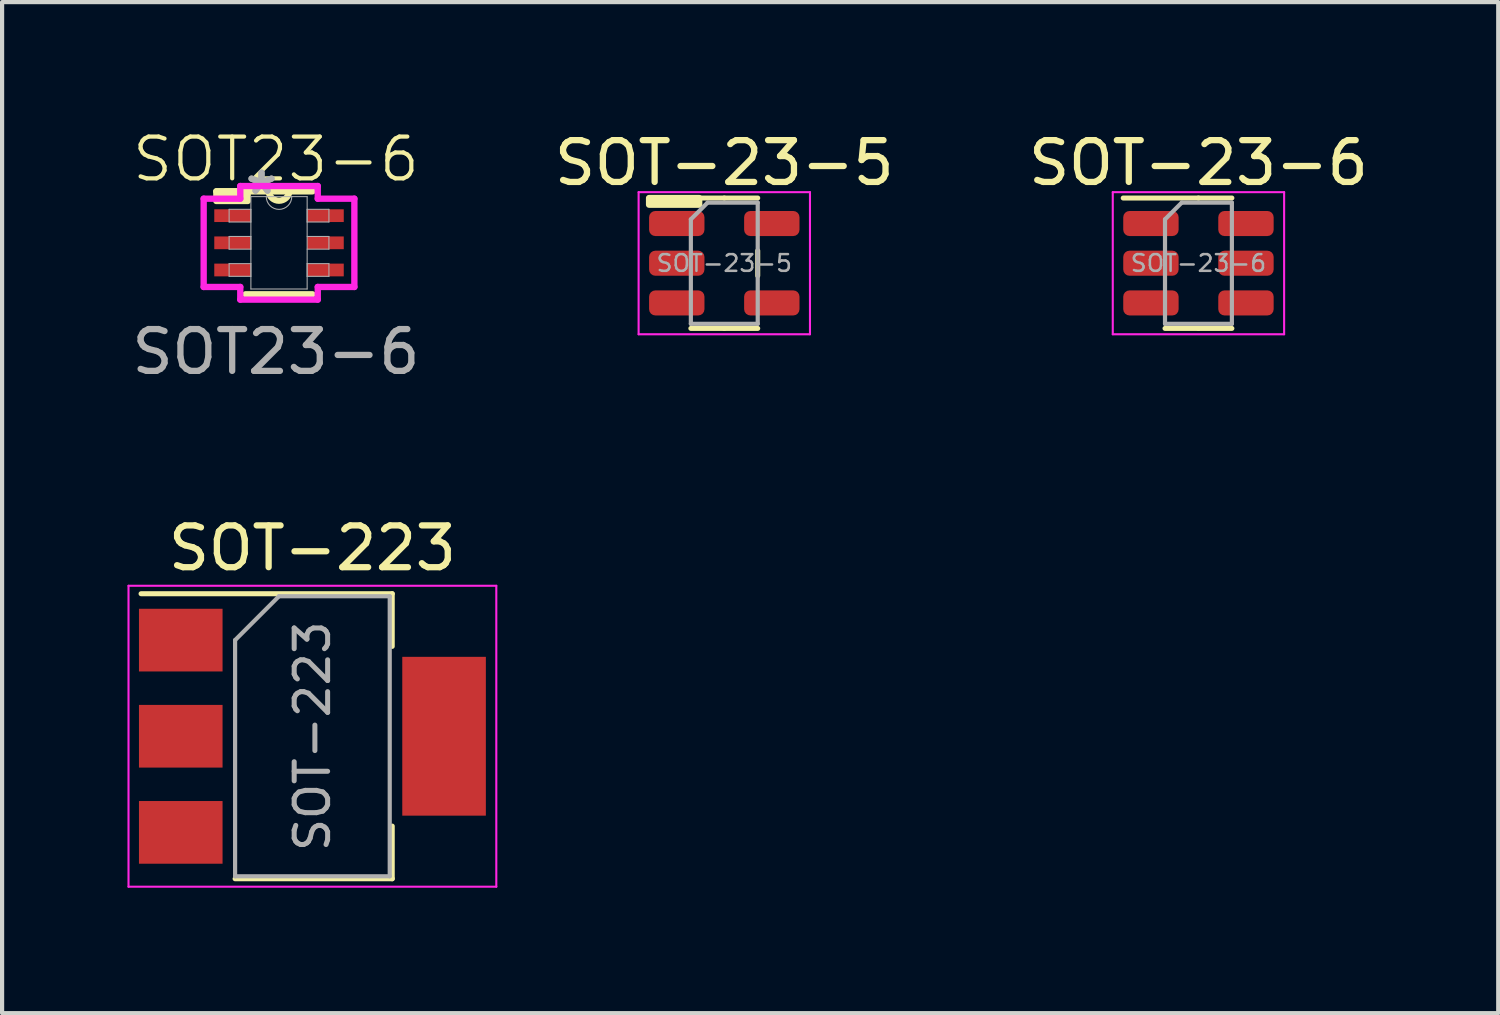
<source format=kicad_pcb>
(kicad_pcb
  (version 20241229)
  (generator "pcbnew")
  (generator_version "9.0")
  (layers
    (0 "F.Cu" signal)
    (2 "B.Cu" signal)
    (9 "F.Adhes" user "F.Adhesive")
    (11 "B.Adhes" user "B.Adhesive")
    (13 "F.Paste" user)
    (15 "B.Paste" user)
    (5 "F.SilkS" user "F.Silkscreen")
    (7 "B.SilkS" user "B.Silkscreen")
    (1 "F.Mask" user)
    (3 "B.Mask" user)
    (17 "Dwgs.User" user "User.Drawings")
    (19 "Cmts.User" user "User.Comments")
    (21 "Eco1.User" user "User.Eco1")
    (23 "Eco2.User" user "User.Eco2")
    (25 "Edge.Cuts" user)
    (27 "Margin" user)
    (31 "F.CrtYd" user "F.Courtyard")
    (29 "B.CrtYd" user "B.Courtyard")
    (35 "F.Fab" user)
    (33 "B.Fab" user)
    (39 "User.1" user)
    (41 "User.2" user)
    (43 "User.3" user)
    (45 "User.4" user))
  (footprint "SOT-223"
    (layer "F.Cu")
    (at 4.425 14.566)
    (property "Reference" "SOT-223" (at 0 -4.5 180) (layer "F.SilkS") (effects (font (size 1 1) (thickness 0.15))))
    (attr smd)
    (fp_line (start -4.1 -3.41) (end 1.91 -3.41) (stroke (width 0.12) (type solid)) (layer "F.SilkS"))
    (fp_line (start -1.85 3.41) (end 1.91 3.41) (stroke (width 0.12) (type solid)) (layer "F.SilkS"))
    (fp_line (start 1.91 -3.41) (end 1.91 -2.15) (stroke (width 0.12) (type solid)) (layer "F.SilkS"))
    (fp_line (start 1.91 3.41) (end 1.91 2.15) (stroke (width 0.12) (type solid)) (layer "F.SilkS"))
    (fp_line (start -4.4 -3.6) (end -4.4 3.6) (stroke (width 0.05) (type solid)) (layer "F.CrtYd"))
    (fp_line (start -4.4 3.6) (end 4.4 3.6) (stroke (width 0.05) (type solid)) (layer "F.CrtYd"))
    (fp_line (start 4.4 -3.6) (end -4.4 -3.6) (stroke (width 0.05) (type solid)) (layer "F.CrtYd"))
    (fp_line (start 4.4 3.6) (end 4.4 -3.6) (stroke (width 0.05) (type solid)) (layer "F.CrtYd"))
    (fp_line (start -1.85 -2.3) (end -1.85 3.35) (stroke (width 0.1) (type solid)) (layer "F.Fab"))
    (fp_line (start -1.85 -2.3) (end -0.8 -3.35) (stroke (width 0.1) (type solid)) (layer "F.Fab"))
    (fp_line (start -1.85 3.35) (end 1.85 3.35) (stroke (width 0.1) (type solid)) (layer "F.Fab"))
    (fp_line (start -0.8 -3.35) (end 1.85 -3.35) (stroke (width 0.1) (type solid)) (layer "F.Fab"))
    (fp_line (start 1.85 -3.35) (end 1.85 3.35) (stroke (width 0.1) (type solid)) (layer "F.Fab"))
    (fp_text user "${REFERENCE}" (at 0 0 90) (layer "F.Fab") (effects (font (size 0.8 0.8) (thickness 0.12))))
    (pad "1" smd rect (at -3.15 -2.3) (size 2 1.5) (layers "F.Cu" "F.Mask" "F.Paste"))
    (pad "2" smd rect (at -3.15 0) (size 2 1.5) (layers "F.Cu" "F.Mask" "F.Paste"))
    (pad "3" smd rect (at -3.15 2.3) (size 2 1.5) (layers "F.Cu" "F.Mask" "F.Paste"))
    (pad "4" smd rect (at 3.15 0) (size 2 3.8) (layers "F.Cu" "F.Mask" "F.Paste")))
  (footprint "SOT-23-5"
    (layer "F.Cu")
    (at 14.28 3.248)
    (property "Reference" "SOT-23-5" (at 0 -2.4 0) (layer "F.SilkS") (effects (font (size 1 1) (thickness 0.15))))
    (attr smd)
    (fp_line (start 0 -1.56) (end -1.8 -1.56) (stroke (width 0.12) (type solid)) (layer "F.SilkS"))
    (fp_line (start 0 -1.56) (end 0.8 -1.56) (stroke (width 0.12) (type solid)) (layer "F.SilkS"))
    (fp_line (start 0 1.56) (end -0.8 1.56) (stroke (width 0.12) (type solid)) (layer "F.SilkS"))
    (fp_line (start 0 1.56) (end 0.8 1.56) (stroke (width 0.12) (type solid)) (layer "F.SilkS"))
    (fp_line (start 0.8 -0.3) (end 0.8 0.3) (stroke (width 0.12) (type solid)) (layer "F.SilkS"))
    (fp_rect (start -1.8 -1.56) (end -0.6 -1.4) (stroke (width 0.15) (type solid)) (fill yes) (layer "F.SilkS"))
    (fp_line (start -2.05 -1.7) (end -2.05 1.7) (stroke (width 0.05) (type solid)) (layer "F.CrtYd"))
    (fp_line (start -2.05 1.7) (end 2.05 1.7) (stroke (width 0.05) (type solid)) (layer "F.CrtYd"))
    (fp_line (start 2.05 -1.7) (end -2.05 -1.7) (stroke (width 0.05) (type solid)) (layer "F.CrtYd"))
    (fp_line (start 2.05 1.7) (end 2.05 -1.7) (stroke (width 0.05) (type solid)) (layer "F.CrtYd"))
    (fp_line (start -0.8 -1.05) (end -0.4 -1.45) (stroke (width 0.1) (type solid)) (layer "F.Fab"))
    (fp_line (start -0.8 1.45) (end -0.8 -1.05) (stroke (width 0.1) (type solid)) (layer "F.Fab"))
    (fp_line (start -0.4 -1.45) (end 0.8 -1.45) (stroke (width 0.1) (type solid)) (layer "F.Fab"))
    (fp_line (start 0.8 -1.45) (end 0.8 1.45) (stroke (width 0.1) (type solid)) (layer "F.Fab"))
    (fp_line (start 0.8 1.45) (end -0.8 1.45) (stroke (width 0.1) (type solid)) (layer "F.Fab"))
    (fp_text user "${REFERENCE}" (at 0 0 0) (layer "F.Fab") (effects (font (size 0.4 0.4) (thickness 0.06))))
    (pad "1" smd roundrect (at -1.137 -0.95) (size 1.325 0.6) (layers "F.Cu" "F.Mask" "F.Paste") (roundrect_rratio 0.25))
    (pad "2" smd roundrect (at -1.137 0) (size 1.325 0.6) (layers "F.Cu" "F.Mask" "F.Paste") (roundrect_rratio 0.25))
    (pad "3" smd roundrect (at -1.137 0.95) (size 1.325 0.6) (layers "F.Cu" "F.Mask" "F.Paste") (roundrect_rratio 0.25))
    (pad "4" smd roundrect (at 1.137 0.95) (size 1.325 0.6) (layers "F.Cu" "F.Mask" "F.Paste") (roundrect_rratio 0.25))
    (pad "5" smd roundrect (at 1.137 -0.95) (size 1.325 0.6) (layers "F.Cu" "F.Mask" "F.Paste") (roundrect_rratio 0.25)))
  (footprint "SOT-23-6"
    (layer "F.Cu")
    (at 25.625 3.248)
    (property "Reference" "SOT-23-6" (at 0 -2.4 0) (layer "F.SilkS") (effects (font (size 1 1) (thickness 0.15))))
    (attr smd)
    (fp_line (start 0 -1.56) (end -1.8 -1.56) (stroke (width 0.12) (type solid)) (layer "F.SilkS"))
    (fp_line (start 0 -1.56) (end 0.8 -1.56) (stroke (width 0.12) (type solid)) (layer "F.SilkS"))
    (fp_line (start 0 1.56) (end -0.8 1.56) (stroke (width 0.12) (type solid)) (layer "F.SilkS"))
    (fp_line (start 0 1.56) (end 0.8 1.56) (stroke (width 0.12) (type solid)) (layer "F.SilkS"))
    (fp_line (start -2.05 -1.7) (end -2.05 1.7) (stroke (width 0.05) (type solid)) (layer "F.CrtYd"))
    (fp_line (start -2.05 1.7) (end 2.05 1.7) (stroke (width 0.05) (type solid)) (layer "F.CrtYd"))
    (fp_line (start 2.05 -1.7) (end -2.05 -1.7) (stroke (width 0.05) (type solid)) (layer "F.CrtYd"))
    (fp_line (start 2.05 1.7) (end 2.05 -1.7) (stroke (width 0.05) (type solid)) (layer "F.CrtYd"))
    (fp_line (start -0.8 -1.05) (end -0.4 -1.45) (stroke (width 0.1) (type solid)) (layer "F.Fab"))
    (fp_line (start -0.8 1.45) (end -0.8 -1.05) (stroke (width 0.1) (type solid)) (layer "F.Fab"))
    (fp_line (start -0.4 -1.45) (end 0.8 -1.45) (stroke (width 0.1) (type solid)) (layer "F.Fab"))
    (fp_line (start 0.8 -1.45) (end 0.8 1.45) (stroke (width 0.1) (type solid)) (layer "F.Fab"))
    (fp_line (start 0.8 1.45) (end -0.8 1.45) (stroke (width 0.1) (type solid)) (layer "F.Fab"))
    (fp_text user "${REFERENCE}" (at 0 0 0) (layer "F.Fab") (effects (font (size 0.4 0.4) (thickness 0.06))))
    (pad "1" smd roundrect (at -1.137 -0.95) (size 1.325 0.6) (layers "F.Cu" "F.Mask" "F.Paste") (roundrect_rratio 0.25))
    (pad "2" smd roundrect (at -1.137 0) (size 1.325 0.6) (layers "F.Cu" "F.Mask" "F.Paste") (roundrect_rratio 0.25))
    (pad "3" smd roundrect (at -1.137 0.95) (size 1.325 0.6) (layers "F.Cu" "F.Mask" "F.Paste") (roundrect_rratio 0.25))
    (pad "4" smd roundrect (at 1.137 0.95) (size 1.325 0.6) (layers "F.Cu" "F.Mask" "F.Paste") (roundrect_rratio 0.25))
    (pad "5" smd roundrect (at 1.137 0) (size 1.325 0.6) (layers "F.Cu" "F.Mask" "F.Paste") (roundrect_rratio 0.25))
    (pad "6" smd roundrect (at 1.137 -0.95) (size 1.325 0.6) (layers "F.Cu" "F.Mask" "F.Paste") (roundrect_rratio 0.25)))
  (footprint "SOT23-6"
    (layer "F.Cu")
    (at 3.626 2.76)
    (property "Reference" "SOT23-6" (at -0.073 -2 0) (unlocked yes) (layer "F.SilkS") (effects (font (size 1 1) (thickness 0.1))))
    (attr smd)
    (fp_line (start -0.8 1.232) (end 0.8 1.232) (stroke (width 0.152) (type solid)) (layer "F.SilkS"))
    (fp_line (start 0.8 -1.232) (end -1.5 -1.232) (stroke (width 0.152) (type solid)) (layer "F.SilkS"))
    (fp_rect (start -1.5 -1.232) (end -0.75 -1) (stroke (width 0.15) (type solid)) (fill yes) (layer "F.SilkS"))
    (fp_arc (start 0.25 -1.2319) (mid -0.000327 -1.007253) (end -0.250654 -1.2319) (stroke (width 0.15) (type default)) (layer "F.SilkS"))
    (fp_line (start -1.803 -1.056) (end -0.927 -1.056) (stroke (width 0.152) (type solid)) (layer "F.CrtYd"))
    (fp_line (start -1.803 1.056) (end -1.803 -1.056) (stroke (width 0.152) (type solid)) (layer "F.CrtYd"))
    (fp_line (start -0.927 -1.359) (end 0.927 -1.359) (stroke (width 0.152) (type solid)) (layer "F.CrtYd"))
    (fp_line (start -0.927 -1.056) (end -0.927 -1.359) (stroke (width 0.152) (type solid)) (layer "F.CrtYd"))
    (fp_line (start -0.927 1.056) (end -1.803 1.056) (stroke (width 0.152) (type solid)) (layer "F.CrtYd"))
    (fp_line (start -0.927 1.359) (end -0.927 1.056) (stroke (width 0.152) (type solid)) (layer "F.CrtYd"))
    (fp_line (start 0.927 -1.359) (end 0.927 -1.056) (stroke (width 0.152) (type solid)) (layer "F.CrtYd"))
    (fp_line (start 0.927 -1.056) (end 1.803 -1.056) (stroke (width 0.152) (type solid)) (layer "F.CrtYd"))
    (fp_line (start 0.927 1.056) (end 0.927 1.359) (stroke (width 0.152) (type solid)) (layer "F.CrtYd"))
    (fp_line (start 0.927 1.359) (end -0.927 1.359) (stroke (width 0.152) (type solid)) (layer "F.CrtYd"))
    (fp_line (start 1.803 -1.056) (end 1.803 1.056) (stroke (width 0.152) (type solid)) (layer "F.CrtYd"))
    (fp_line (start 1.803 1.056) (end 0.927 1.056) (stroke (width 0.152) (type solid)) (layer "F.CrtYd"))
    (fp_line (start -1.194 -0.802) (end -1.194 -0.498) (stroke (width 0.025) (type solid)) (layer "F.Fab"))
    (fp_line (start -1.194 -0.498) (end -0.673 -0.498) (stroke (width 0.025) (type solid)) (layer "F.Fab"))
    (fp_line (start -1.194 -0.152) (end -1.194 0.152) (stroke (width 0.025) (type solid)) (layer "F.Fab"))
    (fp_line (start -1.194 0.152) (end -0.673 0.152) (stroke (width 0.025) (type solid)) (layer "F.Fab"))
    (fp_line (start -1.194 0.498) (end -1.194 0.802) (stroke (width 0.025) (type solid)) (layer "F.Fab"))
    (fp_line (start -1.194 0.802) (end -0.673 0.802) (stroke (width 0.025) (type solid)) (layer "F.Fab"))
    (fp_line (start -0.673 -1.105) (end -0.673 1.105) (stroke (width 0.025) (type solid)) (layer "F.Fab"))
    (fp_line (start -0.673 -0.802) (end -1.194 -0.802) (stroke (width 0.025) (type solid)) (layer "F.Fab"))
    (fp_line (start -0.673 -0.498) (end -0.673 -0.802) (stroke (width 0.025) (type solid)) (layer "F.Fab"))
    (fp_line (start -0.673 -0.152) (end -1.194 -0.152) (stroke (width 0.025) (type solid)) (layer "F.Fab"))
    (fp_line (start -0.673 0.152) (end -0.673 -0.152) (stroke (width 0.025) (type solid)) (layer "F.Fab"))
    (fp_line (start -0.673 0.498) (end -1.194 0.498) (stroke (width 0.025) (type solid)) (layer "F.Fab"))
    (fp_line (start -0.673 0.802) (end -0.673 0.498) (stroke (width 0.025) (type solid)) (layer "F.Fab"))
    (fp_line (start -0.673 1.105) (end 0.673 1.105) (stroke (width 0.025) (type solid)) (layer "F.Fab"))
    (fp_line (start 0.673 -1.105) (end -0.673 -1.105) (stroke (width 0.025) (type solid)) (layer "F.Fab"))
    (fp_line (start 0.673 -0.802) (end 0.673 -0.498) (stroke (width 0.025) (type solid)) (layer "F.Fab"))
    (fp_line (start 0.673 -0.498) (end 1.194 -0.498) (stroke (width 0.025) (type solid)) (layer "F.Fab"))
    (fp_line (start 0.673 -0.152) (end 1.194 -0.152) (stroke (width 0.025) (type solid)) (layer "F.Fab"))
    (fp_line (start 0.673 0.152) (end 1.194 0.152) (stroke (width 0.025) (type solid)) (layer "F.Fab"))
    (fp_line (start 0.673 0.498) (end 0.673 0.802) (stroke (width 0.025) (type solid)) (layer "F.Fab"))
    (fp_line (start 0.673 0.802) (end 1.194 0.802) (stroke (width 0.025) (type solid)) (layer "F.Fab"))
    (fp_line (start 0.673 1.105) (end 0.673 -1.105) (stroke (width 0.025) (type solid)) (layer "F.Fab"))
    (fp_line (start 1.194 -0.802) (end 0.673 -0.802) (stroke (width 0.025) (type solid)) (layer "F.Fab"))
    (fp_line (start 1.194 -0.498) (end 1.194 -0.802) (stroke (width 0.025) (type solid)) (layer "F.Fab"))
    (fp_line (start 1.194 0.152) (end 1.194 -0.152) (stroke (width 0.025) (type solid)) (layer "F.Fab"))
    (fp_line (start 1.194 0.498) (end 0.673 0.498) (stroke (width 0.025) (type solid)) (layer "F.Fab"))
    (fp_line (start 1.194 0.802) (end 1.194 0.498) (stroke (width 0.025) (type solid)) (layer "F.Fab"))
    (fp_arc (start 0.3048 -1.1049) (mid 0 -0.8001) (end -0.3048 -1.1049) (stroke (width 0.0254) (type solid)) (layer "F.Fab"))
    (fp_text user "${REFERENCE}" (at -0.073 2.609 0) (unlocked yes) (layer "F.Fab") (effects (font (size 1 1) (thickness 0.15))))
    (fp_text user "*" (at -0.419 -1.133 0) (layer "F.Fab") (effects (font (size 1 1) (thickness 0.15))))
    (fp_text user "*" (at -0.419 -1.133 0) (unlocked yes) (layer "F.Fab") (effects (font (size 1 1) (thickness 0.15))))
    (pad "1" smd rect (at -1.111 -0.65) (size 0.876 0.305) (layers "F.Cu" "F.Mask" "F.Paste"))
    (pad "2" smd rect (at -1.111 0) (size 0.876 0.305) (layers "F.Cu" "F.Mask" "F.Paste"))
    (pad "3" smd rect (at -1.111 0.65) (size 0.876 0.305) (layers "F.Cu" "F.Mask" "F.Paste"))
    (pad "4" smd rect (at 1.111 0.65) (size 0.876 0.305) (layers "F.Cu" "F.Mask" "F.Paste"))
    (pad "5" smd rect (at 1.111 0 180) (size 0.876 0.305) (layers "F.Cu" "F.Mask" "F.Paste"))
    (pad "6" smd rect (at 1.111 -0.65) (size 0.876 0.305) (layers "F.Cu" "F.Mask" "F.Paste")))
  (gr_rect
    (start -3 -3)
    (end 32.798 21.191)
    (stroke (width 0.1) (type default))
    (fill no)
    (layer "Edge.Cuts")))
</source>
